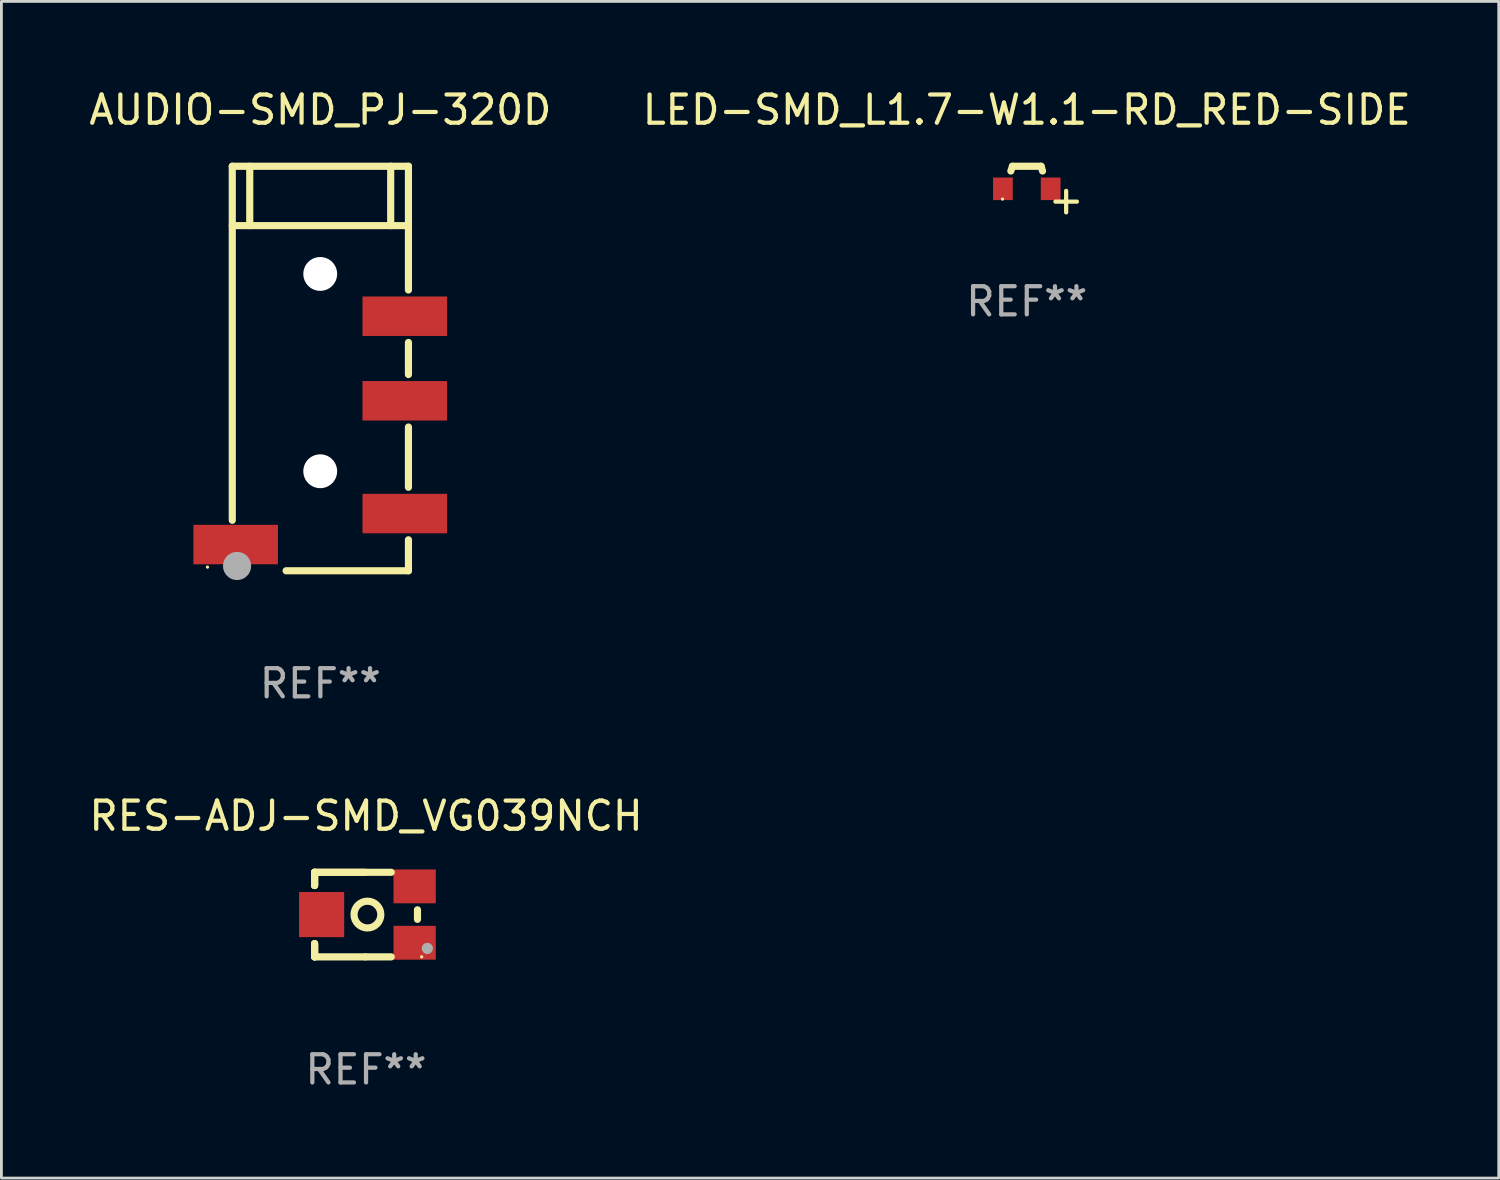
<source format=kicad_pcb>
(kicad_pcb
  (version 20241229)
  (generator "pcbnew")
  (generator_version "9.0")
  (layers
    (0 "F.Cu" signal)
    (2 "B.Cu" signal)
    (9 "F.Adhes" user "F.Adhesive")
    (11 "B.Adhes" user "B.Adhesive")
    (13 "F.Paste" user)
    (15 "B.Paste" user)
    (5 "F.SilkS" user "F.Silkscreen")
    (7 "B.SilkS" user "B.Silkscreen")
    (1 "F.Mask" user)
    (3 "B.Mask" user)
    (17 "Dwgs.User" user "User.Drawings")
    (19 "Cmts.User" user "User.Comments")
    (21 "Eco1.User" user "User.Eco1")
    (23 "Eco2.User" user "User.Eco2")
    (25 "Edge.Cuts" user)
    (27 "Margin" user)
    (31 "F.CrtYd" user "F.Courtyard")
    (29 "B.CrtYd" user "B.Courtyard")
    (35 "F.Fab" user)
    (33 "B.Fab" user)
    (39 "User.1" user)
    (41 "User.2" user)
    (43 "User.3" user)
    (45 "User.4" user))
  (footprint "RES-ADJ-SMD_VG039NCH"
    (layer "F.Cu")
    (at 10.01 29.395)
    (property "Reference" "RES-ADJ-SMD_VG039NCH" (at -0.075 -3.5 0) (layer "F.SilkS") (effects (font (size 1 1) (thickness 0.15))))
    (attr through_hole)
    (fp_line (start -1.9 -1.5) (end 0.819 -1.5) (stroke (width 0.254) (type solid)) (layer "F.SilkS"))
    (fp_line (start -1.9 -1.031) (end -1.9 -1.5) (stroke (width 0.254) (type solid)) (layer "F.SilkS"))
    (fp_line (start -1.9 -1.031) (end -1.9 -1.5) (stroke (width 0.254) (type solid)) (layer "F.SilkS"))
    (fp_line (start -1.9 -1.031) (end -1.9 -1.5) (stroke (width 0.254) (type solid)) (layer "F.SilkS"))
    (fp_line (start -1.9 1.5) (end -1.9 1.031) (stroke (width 0.254) (type solid)) (layer "F.SilkS"))
    (fp_line (start -1.9 1.5) (end -1.9 1.031) (stroke (width 0.254) (type solid)) (layer "F.SilkS"))
    (fp_line (start -1.9 1.5) (end -1.9 1.031) (stroke (width 0.254) (type solid)) (layer "F.SilkS"))
    (fp_line (start -0.1 -1.5) (end -1.9 -1.5) (stroke (width 0.254) (type solid)) (layer "F.SilkS"))
    (fp_line (start -0.1 1.5) (end -1.9 1.5) (stroke (width 0.254) (type solid)) (layer "F.SilkS"))
    (fp_line (start -0.1 1.5) (end 0.819 1.5) (stroke (width 0.254) (type solid)) (layer "F.SilkS"))
    (fp_line (start 1.75 0.169) (end 1.75 -0.169) (stroke (width 0.254) (type solid)) (layer "F.SilkS"))
    (fp_circle (center -0.025 -0.000254) (end 0.45 -0.000254) (stroke (width 0.254) (type solid)) (fill no) (layer "F.SilkS"))
    (fp_circle (center 1.899 1.5) (end 1.929 1.5) (stroke (width 0.06) (type solid)) (fill no) (layer "F.SilkS"))
    (fp_circle (center 2.1 1.2) (end 2.2 1.2) (stroke (width 0.2) (type solid)) (fill no) (layer "F.Fab"))
    (fp_text user "REF**" (at -0.075 5.5 0) (layer "F.Fab") (effects (font (size 1 1) (thickness 0.15))))
    (pad "1" smd rect (at 1.65 1 90) (size 1.2 1.5) (layers "F.Cu" "F.Mask" "F.Paste"))
    (pad "2" smd rect (at -1.65 0 90) (size 1.6 1.6) (layers "F.Cu" "F.Mask" "F.Paste"))
    (pad "3" smd rect (at 1.65 -1 90) (size 1.2 1.5) (layers "F.Cu" "F.Mask" "F.Paste")))
  (footprint "LED-SMD_L1.7-W1.1-RD_RED-SIDE"
    (layer "F.Cu")
    (at 33.375 3.648)
    (property "Reference" "LED-SMD_L1.7-W1.1-RD_RED-SIDE" (at 0 -2.8 0) (layer "F.SilkS") (effects (font (size 1 1) (thickness 0.15))))
    (attr through_hole)
    (fp_line (start -0.508 -0.8) (end -0.565 -0.631) (stroke (width 0.254) (type solid)) (layer "F.SilkS"))
    (fp_line (start -0.508 -0.8) (end 0.508 -0.8) (stroke (width 0.254) (type solid)) (layer "F.SilkS"))
    (fp_line (start 0.508 -0.8) (end 0.559 -0.631) (stroke (width 0.254) (type solid)) (layer "F.SilkS"))
    (fp_circle (center -0.86 0.364) (end -0.83 0.364) (stroke (width 0.06) (type solid)) (fill no) (layer "F.SilkS"))
    (fp_text user "+" (at 1.397 0.381 0) (layer "F.SilkS") (effects (font (size 1 1) (thickness 0.15))))
    (fp_text user "REF**" (at 0 4 0) (layer "F.Fab") (effects (font (size 1 1) (thickness 0.15))))
    (pad "1" smd rect (at -0.847 0 90) (size 0.8 0.7) (layers "F.Cu" "F.Mask" "F.Paste"))
    (pad "2" smd rect (at 0.847 0 90) (size 0.8 0.7) (layers "F.Cu" "F.Mask" "F.Paste")))
  (footprint "AUDIO-SMD_PJ-320D"
    (layer "F.Cu")
    (at 8.31 12.218)
    (property "Reference" "AUDIO-SMD_PJ-320D" (at 0.005 -11.37 0) (layer "F.SilkS") (effects (font (size 1 1) (thickness 0.15))))
    (attr through_hole)
    (fp_line (start -3.12 -9.37) (end -3.12 3.19) (stroke (width 0.254) (type solid)) (layer "F.SilkS"))
    (fp_line (start -3.12 -9.37) (end 3.13 -9.37) (stroke (width 0.254) (type solid)) (layer "F.SilkS"))
    (fp_line (start -2.5 -9.37) (end -2.5 -7.264) (stroke (width 0.254) (type solid)) (layer "F.SilkS"))
    (fp_line (start 2.5 -7.264) (end 2.5 -9.37) (stroke (width 0.254) (type solid)) (layer "F.SilkS"))
    (fp_line (start 3.13 -9.37) (end 3.13 -4.981) (stroke (width 0.254) (type solid)) (layer "F.SilkS"))
    (fp_line (start 3.13 -7.264) (end -3.12 -7.264) (stroke (width 0.254) (type solid)) (layer "F.SilkS"))
    (fp_line (start 3.13 -3.119) (end 3.13 -1.981) (stroke (width 0.254) (type solid)) (layer "F.SilkS"))
    (fp_line (start 3.13 -0.119) (end 3.13 2.019) (stroke (width 0.254) (type solid)) (layer "F.SilkS"))
    (fp_line (start 3.13 3.881) (end 3.13 4.98) (stroke (width 0.254) (type solid)) (layer "F.SilkS"))
    (fp_line (start 3.13 4.98) (end -1.21 4.98) (stroke (width 0.254) (type solid)) (layer "F.SilkS"))
    (fp_circle (center -4 4.85) (end -3.97 4.85) (stroke (width 0.06) (type solid)) (fill no) (layer "F.SilkS"))
    (fp_circle (center -2.95 4.81) (end -2.7 4.81) (stroke (width 0.5) (type solid)) (fill no) (layer "F.Fab"))
    (fp_circle (center -0.000025 -5.55) (end 0.2 -5.55) (stroke (width 0.4) (type solid)) (fill no) (layer "F.Fab"))
    (fp_circle (center -0.000025 1.45) (end 0.2 1.45) (stroke (width 0.4) (type solid)) (fill no) (layer "F.Fab"))
    (fp_text user "REF**" (at 0.005 8.98 0) (layer "F.Fab") (effects (font (size 1 1) (thickness 0.15))))
    (pad "" np_thru_hole circle (at 0 -5.55) (size 1.2 1.2) (drill 1.2) (layers "*.Cu" "*.Mask"))
    (pad "" np_thru_hole circle (at 0 1.45) (size 1.2 1.2) (drill 1.2) (layers "*.Cu" "*.Mask"))
    (pad "1" smd rect (at -3 4.05) (size 3 1.4) (layers "F.Cu" "F.Mask" "F.Paste"))
    (pad "2" smd rect (at 3 -4.05) (size 3 1.4) (layers "F.Cu" "F.Mask" "F.Paste"))
    (pad "3" smd rect (at 3 -1.05) (size 3 1.4) (layers "F.Cu" "F.Mask" "F.Paste"))
    (pad "4" smd rect (at 3 2.95) (size 3 1.4) (layers "F.Cu" "F.Mask" "F.Paste")))
  (gr_rect
    (start -3 -3)
    (end 50.119 38.743)
    (stroke (width 0.1) (type default))
    (fill no)
    (layer "Edge.Cuts")))
</source>
